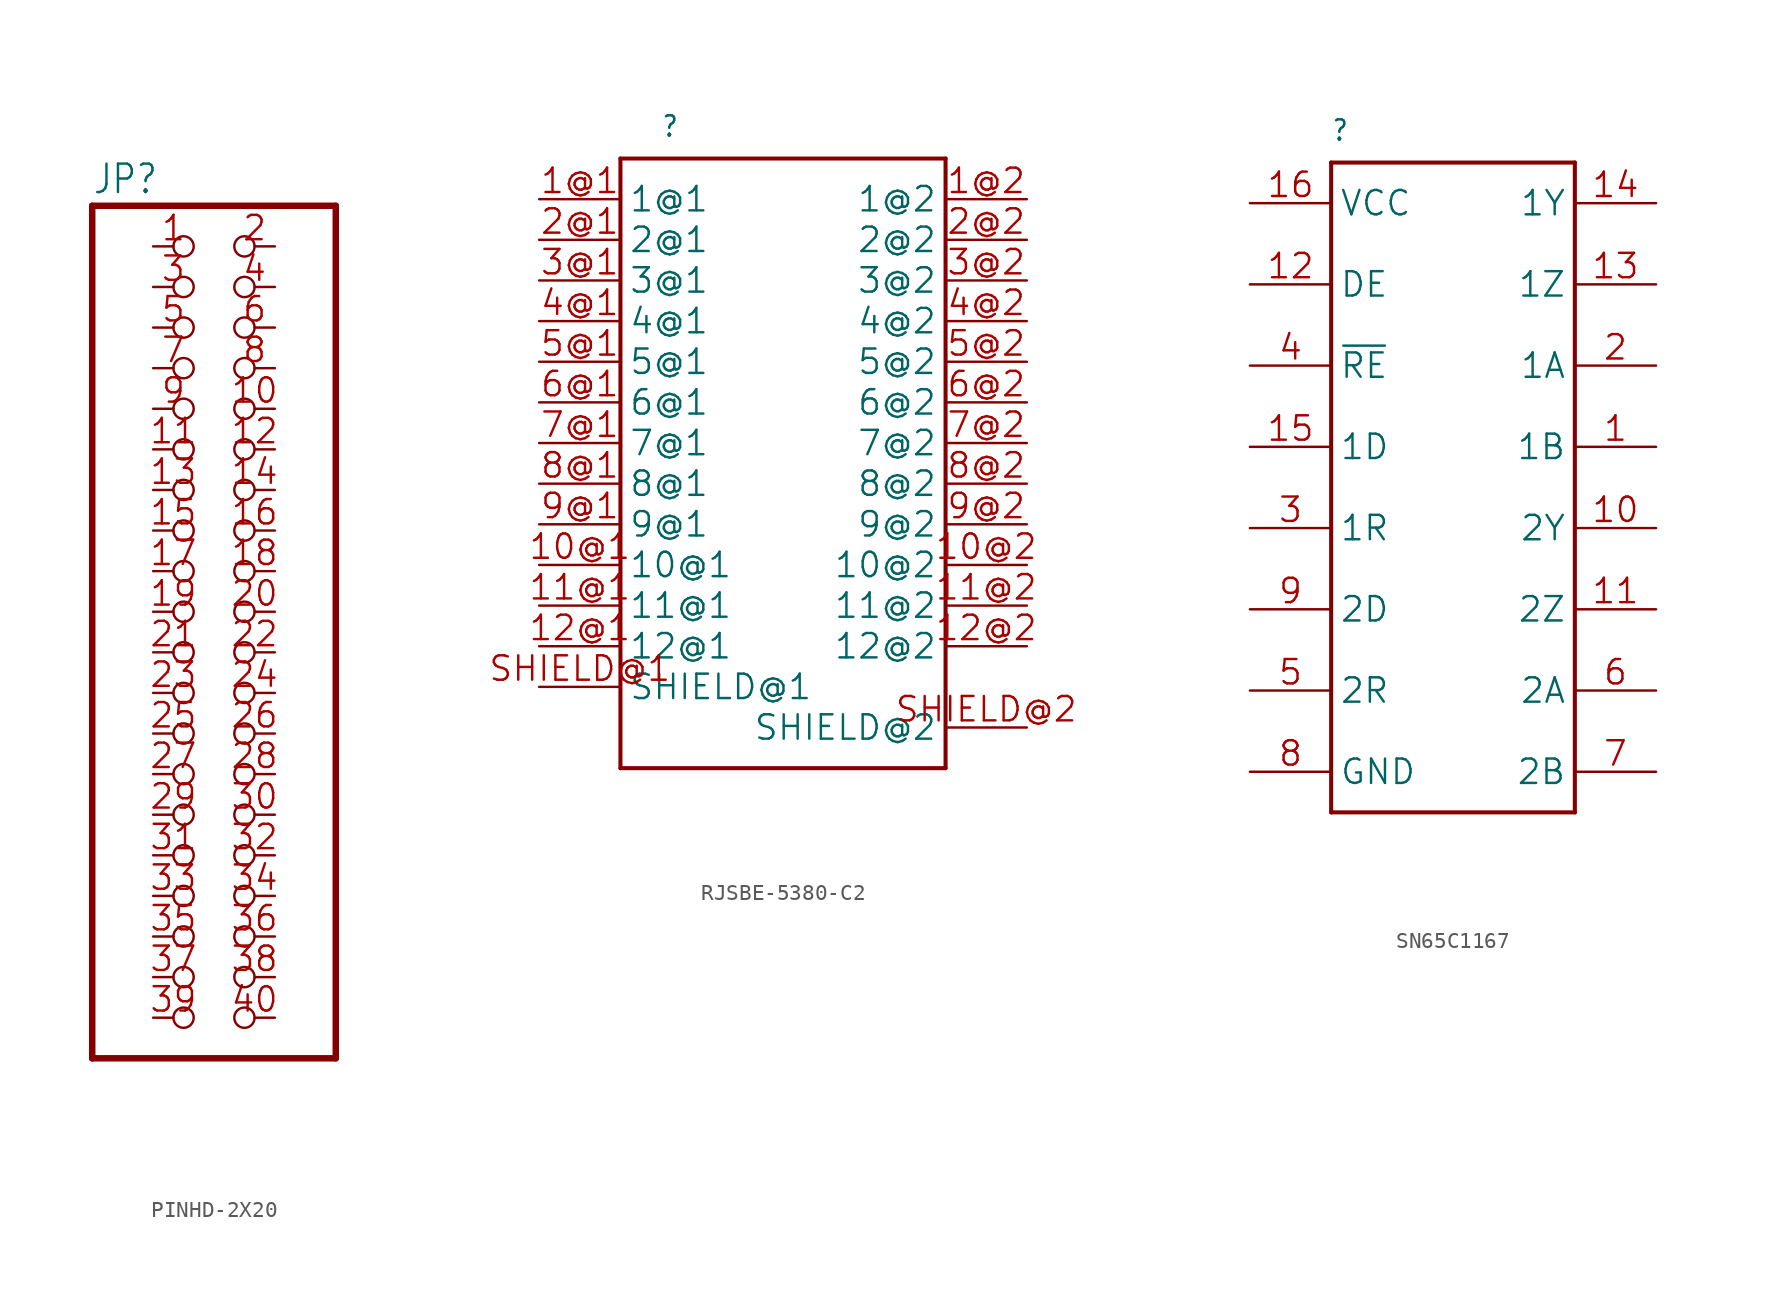
<source format=kicad_sym>
(kicad_symbol_lib
  (version 20241209)
  (generator "kicad_symbol_editor")
  (generator_version "9.0")
  (symbol "PINHD-2X20"
    (property "Reference" "JP"
      (at -6.35 26.035 0)
      (effects (font (size 1.778 1.511)) (justify left bottom)))
    (property "Value" ""
      (at -6.35 -30.48 0)
      (effects (font (size 1.778 1.511)) (justify left bottom)))
    (property "ki_locked" ""
      (at 0 0 0)
      (effects (font (size 1.27 1.27))))
    (symbol "PINHD-2X20_1_0"
      (polyline (pts (xy -6.35 25.4) (xy -6.35 -27.94)) (stroke (width 0.406) (type solid)) (fill (type none)))
      (polyline (pts (xy -6.35 -27.94) (xy 8.89 -27.94)) (stroke (width 0.406) (type solid)) (fill (type none)))
      (polyline (pts (xy 8.89 25.4) (xy -6.35 25.4)) (stroke (width 0.406) (type solid)) (fill (type none)))
      (polyline (pts (xy 8.89 -27.94) (xy 8.89 25.4)) (stroke (width 0.406) (type solid)) (fill (type none)))
      (pin passive inverted (at -2.54 22.86 0) (length 2.54) (name "1" (effects (font (size 0 0)))) (number "1" (effects (font (size 1.524 1.524)))))
      (pin passive inverted (at -2.54 20.32 0) (length 2.54) (name "3" (effects (font (size 0 0)))) (number "3" (effects (font (size 1.524 1.524)))))
      (pin passive inverted (at -2.54 17.78 0) (length 2.54) (name "5" (effects (font (size 0 0)))) (number "5" (effects (font (size 1.524 1.524)))))
      (pin passive inverted (at -2.54 15.24 0) (length 2.54) (name "7" (effects (font (size 0 0)))) (number "7" (effects (font (size 1.524 1.524)))))
      (pin passive inverted (at -2.54 12.7 0) (length 2.54) (name "9" (effects (font (size 0 0)))) (number "9" (effects (font (size 1.524 1.524)))))
      (pin passive inverted (at -2.54 10.16 0) (length 2.54) (name "11" (effects (font (size 0 0)))) (number "11" (effects (font (size 1.524 1.524)))))
      (pin passive inverted (at -2.54 7.62 0) (length 2.54) (name "13" (effects (font (size 0 0)))) (number "13" (effects (font (size 1.524 1.524)))))
      (pin passive inverted (at -2.54 5.08 0) (length 2.54) (name "15" (effects (font (size 0 0)))) (number "15" (effects (font (size 1.524 1.524)))))
      (pin passive inverted (at -2.54 2.54 0) (length 2.54) (name "17" (effects (font (size 0 0)))) (number "17" (effects (font (size 1.524 1.524)))))
      (pin passive inverted (at -2.54 0 0) (length 2.54) (name "19" (effects (font (size 0 0)))) (number "19" (effects (font (size 1.524 1.524)))))
      (pin passive inverted (at -2.54 -2.54 0) (length 2.54) (name "21" (effects (font (size 0 0)))) (number "21" (effects (font (size 1.524 1.524)))))
      (pin passive inverted (at -2.54 -5.08 0) (length 2.54) (name "23" (effects (font (size 0 0)))) (number "23" (effects (font (size 1.524 1.524)))))
      (pin passive inverted (at -2.54 -7.62 0) (length 2.54) (name "25" (effects (font (size 0 0)))) (number "25" (effects (font (size 1.524 1.524)))))
      (pin passive inverted (at -2.54 -10.16 0) (length 2.54) (name "27" (effects (font (size 0 0)))) (number "27" (effects (font (size 1.524 1.524)))))
      (pin passive inverted (at -2.54 -12.7 0) (length 2.54) (name "29" (effects (font (size 0 0)))) (number "29" (effects (font (size 1.524 1.524)))))
      (pin passive inverted (at -2.54 -15.24 0) (length 2.54) (name "31" (effects (font (size 0 0)))) (number "31" (effects (font (size 1.524 1.524)))))
      (pin passive inverted (at -2.54 -17.78 0) (length 2.54) (name "33" (effects (font (size 0 0)))) (number "33" (effects (font (size 1.524 1.524)))))
      (pin passive inverted (at -2.54 -20.32 0) (length 2.54) (name "35" (effects (font (size 0 0)))) (number "35" (effects (font (size 1.524 1.524)))))
      (pin passive inverted (at -2.54 -22.86 0) (length 2.54) (name "37" (effects (font (size 0 0)))) (number "37" (effects (font (size 1.524 1.524)))))
      (pin passive inverted (at -2.54 -25.4 0) (length 2.54) (name "39" (effects (font (size 0 0)))) (number "39" (effects (font (size 1.524 1.524)))))
      (pin passive inverted (at 5.08 22.86 180) (length 2.54) (name "2" (effects (font (size 0 0)))) (number "2" (effects (font (size 1.524 1.524)))))
      (pin passive inverted (at 5.08 20.32 180) (length 2.54) (name "4" (effects (font (size 0 0)))) (number "4" (effects (font (size 1.524 1.524)))))
      (pin passive inverted (at 5.08 17.78 180) (length 2.54) (name "6" (effects (font (size 0 0)))) (number "6" (effects (font (size 1.524 1.524)))))
      (pin passive inverted (at 5.08 15.24 180) (length 2.54) (name "8" (effects (font (size 0 0)))) (number "8" (effects (font (size 1.524 1.524)))))
      (pin passive inverted (at 5.08 12.7 180) (length 2.54) (name "10" (effects (font (size 0 0)))) (number "10" (effects (font (size 1.524 1.524)))))
      (pin passive inverted (at 5.08 10.16 180) (length 2.54) (name "12" (effects (font (size 0 0)))) (number "12" (effects (font (size 1.524 1.524)))))
      (pin passive inverted (at 5.08 7.62 180) (length 2.54) (name "14" (effects (font (size 0 0)))) (number "14" (effects (font (size 1.524 1.524)))))
      (pin passive inverted (at 5.08 5.08 180) (length 2.54) (name "16" (effects (font (size 0 0)))) (number "16" (effects (font (size 1.524 1.524)))))
      (pin passive inverted (at 5.08 2.54 180) (length 2.54) (name "18" (effects (font (size 0 0)))) (number "18" (effects (font (size 1.524 1.524)))))
      (pin passive inverted (at 5.08 0 180) (length 2.54) (name "20" (effects (font (size 0 0)))) (number "20" (effects (font (size 1.524 1.524)))))
      (pin passive inverted (at 5.08 -2.54 180) (length 2.54) (name "22" (effects (font (size 0 0)))) (number "22" (effects (font (size 1.524 1.524)))))
      (pin passive inverted (at 5.08 -5.08 180) (length 2.54) (name "24" (effects (font (size 0 0)))) (number "24" (effects (font (size 1.524 1.524)))))
      (pin passive inverted (at 5.08 -7.62 180) (length 2.54) (name "26" (effects (font (size 0 0)))) (number "26" (effects (font (size 1.524 1.524)))))
      (pin passive inverted (at 5.08 -10.16 180) (length 2.54) (name "28" (effects (font (size 0 0)))) (number "28" (effects (font (size 1.524 1.524)))))
      (pin passive inverted (at 5.08 -12.7 180) (length 2.54) (name "30" (effects (font (size 0 0)))) (number "30" (effects (font (size 1.524 1.524)))))
      (pin passive inverted (at 5.08 -15.24 180) (length 2.54) (name "32" (effects (font (size 0 0)))) (number "32" (effects (font (size 1.524 1.524)))))
      (pin passive inverted (at 5.08 -17.78 180) (length 2.54) (name "34" (effects (font (size 0 0)))) (number "34" (effects (font (size 1.524 1.524)))))
      (pin passive inverted (at 5.08 -20.32 180) (length 2.54) (name "36" (effects (font (size 0 0)))) (number "36" (effects (font (size 1.524 1.524)))))
      (pin passive inverted (at 5.08 -22.86 180) (length 2.54) (name "38" (effects (font (size 0 0)))) (number "38" (effects (font (size 1.524 1.524)))))
      (pin passive inverted (at 5.08 -25.4 180) (length 2.54) (name "40" (effects (font (size 0 0)))) (number "40" (effects (font (size 1.524 1.524)))))))
  (symbol "RJSBE-5380-C2"
    (property "Reference" ""
      (at -7.62 19.05 0)
      (effects (font (size 1.27 1.079)) (justify left bottom)))
    (property "Value" ""
      (at -7.62 -22.86 0)
      (effects (font (size 1.27 1.079)) (justify left bottom)))
    (property "ki_locked" ""
      (at 0 0 0)
      (effects (font (size 1.27 1.27))))
    (symbol "RJSBE-5380-C2_1_0"
      (polyline (pts (xy -10.16 17.78) (xy -10.16 -20.32)) (stroke (width 0.254) (type solid)) (fill (type none)))
      (polyline (pts (xy -10.16 -20.32) (xy 10.16 -20.32)) (stroke (width 0.254) (type solid)) (fill (type none)))
      (polyline (pts (xy 10.16 17.78) (xy -10.16 17.78)) (stroke (width 0.254) (type solid)) (fill (type none)))
      (polyline (pts (xy 10.16 -20.32) (xy 10.16 17.78)) (stroke (width 0.254) (type solid)) (fill (type none)))
      (pin bidirectional line (at -15.24 15.24 0) (length 5.08) (name "1@1" (effects (font (size 1.524 1.524)))) (number "1@1" (effects (font (size 1.524 1.524)))))
      (pin bidirectional line (at -15.24 12.7 0) (length 5.08) (name "2@1" (effects (font (size 1.524 1.524)))) (number "2@1" (effects (font (size 1.524 1.524)))))
      (pin bidirectional line (at -15.24 10.16 0) (length 5.08) (name "3@1" (effects (font (size 1.524 1.524)))) (number "3@1" (effects (font (size 1.524 1.524)))))
      (pin bidirectional line (at -15.24 7.62 0) (length 5.08) (name "4@1" (effects (font (size 1.524 1.524)))) (number "4@1" (effects (font (size 1.524 1.524)))))
      (pin bidirectional line (at -15.24 5.08 0) (length 5.08) (name "5@1" (effects (font (size 1.524 1.524)))) (number "5@1" (effects (font (size 1.524 1.524)))))
      (pin bidirectional line (at -15.24 2.54 0) (length 5.08) (name "6@1" (effects (font (size 1.524 1.524)))) (number "6@1" (effects (font (size 1.524 1.524)))))
      (pin bidirectional line (at -15.24 0 0) (length 5.08) (name "7@1" (effects (font (size 1.524 1.524)))) (number "7@1" (effects (font (size 1.524 1.524)))))
      (pin bidirectional line (at -15.24 -2.54 0) (length 5.08) (name "8@1" (effects (font (size 1.524 1.524)))) (number "8@1" (effects (font (size 1.524 1.524)))))
      (pin bidirectional line (at -15.24 -5.08 0) (length 5.08) (name "9@1" (effects (font (size 1.524 1.524)))) (number "9@1" (effects (font (size 1.524 1.524)))))
      (pin bidirectional line (at -15.24 -7.62 0) (length 5.08) (name "10@1" (effects (font (size 1.524 1.524)))) (number "10@1" (effects (font (size 1.524 1.524)))))
      (pin bidirectional line (at -15.24 -10.16 0) (length 5.08) (name "11@1" (effects (font (size 1.524 1.524)))) (number "11@1" (effects (font (size 1.524 1.524)))))
      (pin bidirectional line (at -15.24 -12.7 0) (length 5.08) (name "12@1" (effects (font (size 1.524 1.524)))) (number "12@1" (effects (font (size 1.524 1.524)))))
      (pin bidirectional line (at -15.24 -15.24 0) (length 5.08) (name "SHIELD@1" (effects (font (size 1.524 1.524)))) (number "SHIELD@1" (effects (font (size 1.524 1.524)))))
      (pin bidirectional line (at 15.24 15.24 180) (length 5.08) (name "1@2" (effects (font (size 1.524 1.524)))) (number "1@2" (effects (font (size 1.524 1.524)))))
      (pin bidirectional line (at 15.24 12.7 180) (length 5.08) (name "2@2" (effects (font (size 1.524 1.524)))) (number "2@2" (effects (font (size 1.524 1.524)))))
      (pin bidirectional line (at 15.24 10.16 180) (length 5.08) (name "3@2" (effects (font (size 1.524 1.524)))) (number "3@2" (effects (font (size 1.524 1.524)))))
      (pin bidirectional line (at 15.24 7.62 180) (length 5.08) (name "4@2" (effects (font (size 1.524 1.524)))) (number "4@2" (effects (font (size 1.524 1.524)))))
      (pin bidirectional line (at 15.24 5.08 180) (length 5.08) (name "5@2" (effects (font (size 1.524 1.524)))) (number "5@2" (effects (font (size 1.524 1.524)))))
      (pin bidirectional line (at 15.24 2.54 180) (length 5.08) (name "6@2" (effects (font (size 1.524 1.524)))) (number "6@2" (effects (font (size 1.524 1.524)))))
      (pin bidirectional line (at 15.24 0 180) (length 5.08) (name "7@2" (effects (font (size 1.524 1.524)))) (number "7@2" (effects (font (size 1.524 1.524)))))
      (pin bidirectional line (at 15.24 -2.54 180) (length 5.08) (name "8@2" (effects (font (size 1.524 1.524)))) (number "8@2" (effects (font (size 1.524 1.524)))))
      (pin bidirectional line (at 15.24 -5.08 180) (length 5.08) (name "9@2" (effects (font (size 1.524 1.524)))) (number "9@2" (effects (font (size 1.524 1.524)))))
      (pin bidirectional line (at 15.24 -7.62 180) (length 5.08) (name "10@2" (effects (font (size 1.524 1.524)))) (number "10@2" (effects (font (size 1.524 1.524)))))
      (pin bidirectional line (at 15.24 -10.16 180) (length 5.08) (name "11@2" (effects (font (size 1.524 1.524)))) (number "11@2" (effects (font (size 1.524 1.524)))))
      (pin bidirectional line (at 15.24 -12.7 180) (length 5.08) (name "12@2" (effects (font (size 1.524 1.524)))) (number "12@2" (effects (font (size 1.524 1.524)))))
      (pin bidirectional line (at 15.24 -17.78 180) (length 5.08) (name "SHIELD@2" (effects (font (size 1.524 1.524)))) (number "SHIELD@2" (effects (font (size 1.524 1.524)))))))
  (symbol "SN65C1167"
    (property "Reference" ""
      (at -10.16 21.59 0)
      (effects (font (size 1.27 1.079)) (justify left bottom)))
    (property "Value" ""
      (at -10.16 -22.86 0)
      (effects (font (size 1.27 1.079)) (justify left bottom)))
    (property "ki_locked" ""
      (at 0 0 0)
      (effects (font (size 1.27 1.27))))
    (symbol "SN65C1167_1_0"
      (polyline (pts (xy -10.16 20.32) (xy -10.16 -20.32)) (stroke (width 0.254) (type solid)) (fill (type none)))
      (polyline (pts (xy -10.16 -20.32) (xy 5.08 -20.32)) (stroke (width 0.254) (type solid)) (fill (type none)))
      (polyline (pts (xy 5.08 20.32) (xy -10.16 20.32)) (stroke (width 0.254) (type solid)) (fill (type none)))
      (polyline (pts (xy 5.08 -20.32) (xy 5.08 20.32)) (stroke (width 0.254) (type solid)) (fill (type none)))
      (pin bidirectional line (at -15.24 17.78 0) (length 5.08) (name "VCC" (effects (font (size 1.524 1.524)))) (number "16" (effects (font (size 1.524 1.524)))))
      (pin bidirectional line (at -15.24 12.7 0) (length 5.08) (name "DE" (effects (font (size 1.524 1.524)))) (number "12" (effects (font (size 1.524 1.524)))))
      (pin bidirectional line (at -15.24 7.62 0) (length 5.08) (name "~{RE}" (effects (font (size 1.524 1.524)))) (number "4" (effects (font (size 1.524 1.524)))))
      (pin bidirectional line (at -15.24 2.54 0) (length 5.08) (name "1D" (effects (font (size 1.524 1.524)))) (number "15" (effects (font (size 1.524 1.524)))))
      (pin bidirectional line (at -15.24 -2.54 0) (length 5.08) (name "1R" (effects (font (size 1.524 1.524)))) (number "3" (effects (font (size 1.524 1.524)))))
      (pin bidirectional line (at -15.24 -7.62 0) (length 5.08) (name "2D" (effects (font (size 1.524 1.524)))) (number "9" (effects (font (size 1.524 1.524)))))
      (pin bidirectional line (at -15.24 -12.7 0) (length 5.08) (name "2R" (effects (font (size 1.524 1.524)))) (number "5" (effects (font (size 1.524 1.524)))))
      (pin bidirectional line (at -15.24 -17.78 0) (length 5.08) (name "GND" (effects (font (size 1.524 1.524)))) (number "8" (effects (font (size 1.524 1.524)))))
      (pin bidirectional line (at 10.16 17.78 180) (length 5.08) (name "1Y" (effects (font (size 1.524 1.524)))) (number "14" (effects (font (size 1.524 1.524)))))
      (pin bidirectional line (at 10.16 12.7 180) (length 5.08) (name "1Z" (effects (font (size 1.524 1.524)))) (number "13" (effects (font (size 1.524 1.524)))))
      (pin bidirectional line (at 10.16 7.62 180) (length 5.08) (name "1A" (effects (font (size 1.524 1.524)))) (number "2" (effects (font (size 1.524 1.524)))))
      (pin bidirectional line (at 10.16 2.54 180) (length 5.08) (name "1B" (effects (font (size 1.524 1.524)))) (number "1" (effects (font (size 1.524 1.524)))))
      (pin bidirectional line (at 10.16 -2.54 180) (length 5.08) (name "2Y" (effects (font (size 1.524 1.524)))) (number "10" (effects (font (size 1.524 1.524)))))
      (pin bidirectional line (at 10.16 -7.62 180) (length 5.08) (name "2Z" (effects (font (size 1.524 1.524)))) (number "11" (effects (font (size 1.524 1.524)))))
      (pin bidirectional line (at 10.16 -12.7 180) (length 5.08) (name "2A" (effects (font (size 1.524 1.524)))) (number "6" (effects (font (size 1.524 1.524)))))
      (pin bidirectional line (at 10.16 -17.78 180) (length 5.08) (name "2B" (effects (font (size 1.524 1.524)))) (number "7" (effects (font (size 1.524 1.524))))))))
</source>
